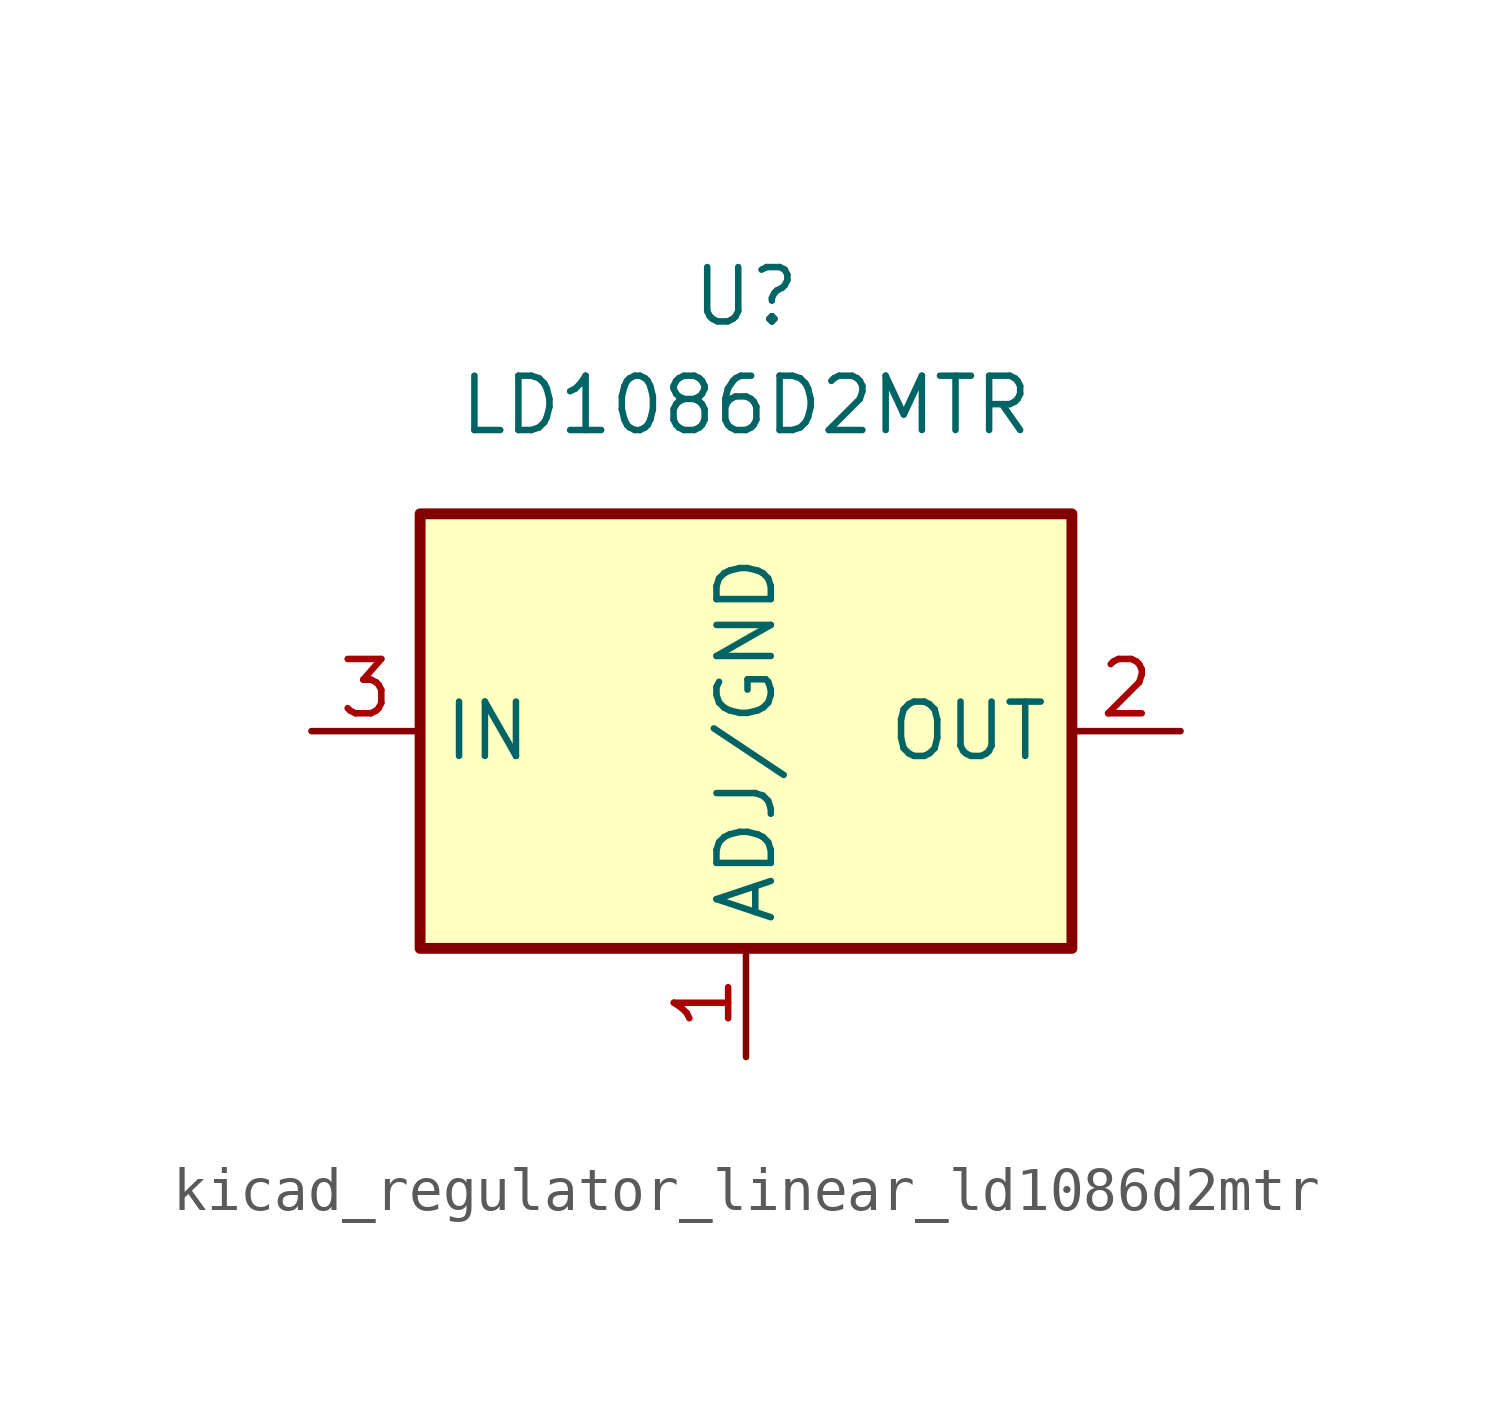
<source format=kicad_sym>
(kicad_symbol_lib
  (version 20220914)
  (generator kicad_symbol_editor)
  (symbol "kicad_regulator_linear_ld1086d2mtr"
    (property "Reference" "U"
      (at 0 10.16 0)
      (effects (font (size 1.27 1.27))))
    (property "Value" "LD1086D2MTR"
      (at 0 7.62 0)
      (effects (font (size 1.27 1.27))))
    (symbol "kicad_regulator_linear_ld1086d2mtr_1_1"
      (rectangle (start -7.62 -5.08) (end 7.62 5.08) (stroke (width 0.254) (type default)) (fill (type background)))
      (pin input line (at 0 -7.62 90) (length 2.54) (name "ADJ/GND" (effects (font (size 1.27 1.27)))) (number "1" (effects (font (size 1.27 1.27)))))
      (pin power_out line (at 10.16 0 180) (length 2.54) (name "OUT" (effects (font (size 1.27 1.27)))) (number "2" (effects (font (size 1.27 1.27)))))
      (pin power_in line (at -10.16 0 0) (length 2.54) (name "IN" (effects (font (size 1.27 1.27)))) (number "3" (effects (font (size 1.27 1.27))))))))
</source>
